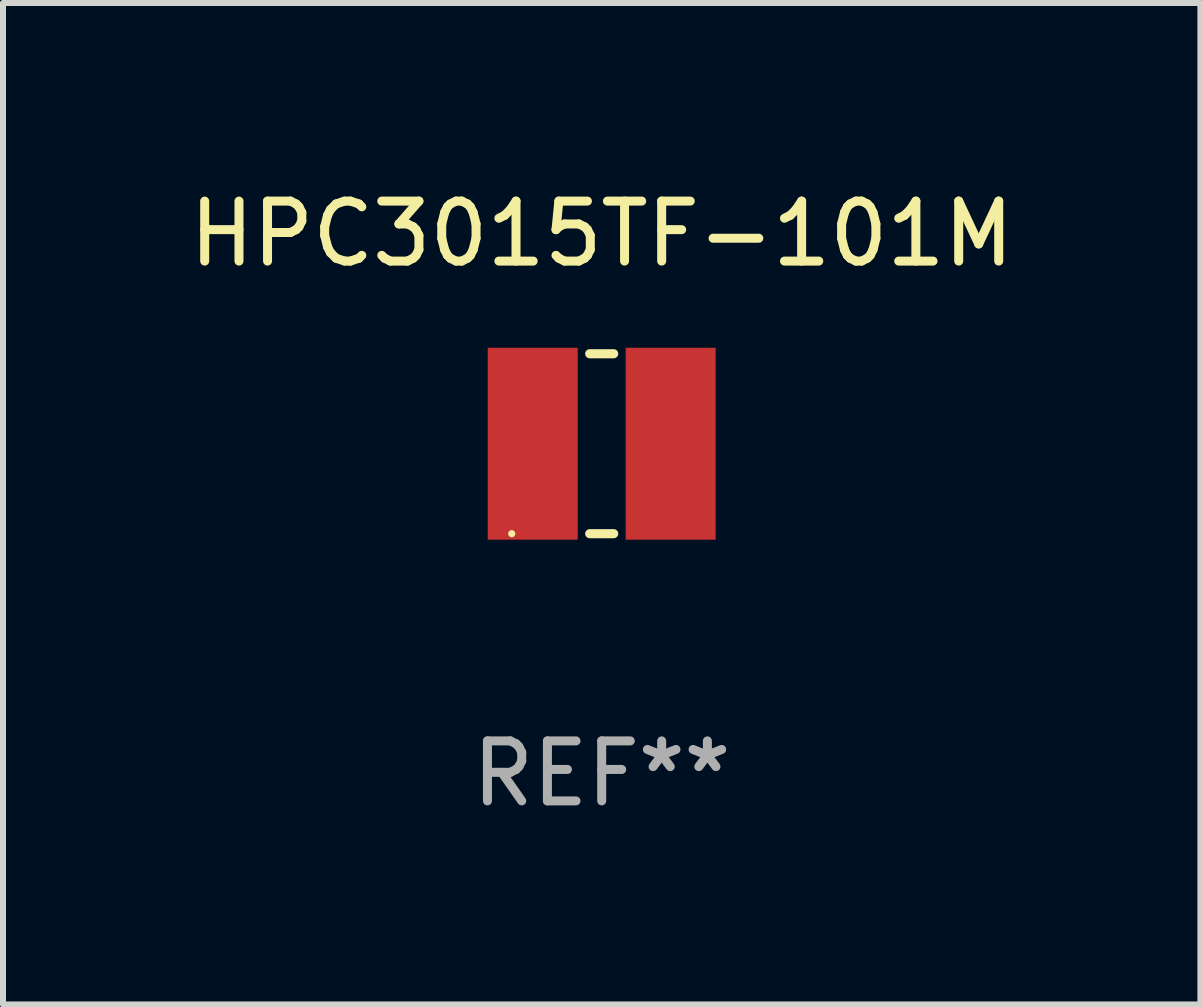
<source format=kicad_pcb>
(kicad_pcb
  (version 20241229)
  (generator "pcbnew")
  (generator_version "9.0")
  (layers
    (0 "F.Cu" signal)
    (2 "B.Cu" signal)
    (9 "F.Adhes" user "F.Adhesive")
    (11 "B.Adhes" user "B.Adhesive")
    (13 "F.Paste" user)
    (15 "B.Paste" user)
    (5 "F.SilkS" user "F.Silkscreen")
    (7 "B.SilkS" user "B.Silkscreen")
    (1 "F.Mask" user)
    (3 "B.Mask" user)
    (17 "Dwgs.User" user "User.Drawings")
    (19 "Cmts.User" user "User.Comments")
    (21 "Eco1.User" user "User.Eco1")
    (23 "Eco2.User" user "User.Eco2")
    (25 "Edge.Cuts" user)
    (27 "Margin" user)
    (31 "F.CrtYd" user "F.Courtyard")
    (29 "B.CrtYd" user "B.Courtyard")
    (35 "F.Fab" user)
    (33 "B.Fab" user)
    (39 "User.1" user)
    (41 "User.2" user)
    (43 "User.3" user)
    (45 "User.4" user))
  (footprint "HPC3015TF-101M"
    (layer "F.Cu")
    (at 6.982 4.348)
    (property "Reference" "HPC3015TF-101M" (at 0 -3.5 0) (layer "F.SilkS") (effects (font (size 1 1) (thickness 0.15))))
    (attr through_hole)
    (fp_line (start -0.2 -1.5) (end 0.2 -1.5) (stroke (width 0.152) (type solid)) (layer "F.SilkS"))
    (fp_line (start 0.2 1.5) (end -0.2 1.5) (stroke (width 0.152) (type solid)) (layer "F.SilkS"))
    (fp_circle (center -1.5 1.5) (end -1.47 1.5) (stroke (width 0.06) (type solid)) (fill no) (layer "F.SilkS"))
    (fp_text user "REF**" (at 0 5.5 0) (layer "F.Fab") (effects (font (size 1 1) (thickness 0.15))))
    (pad "1" smd rect (at -1.15 -0.000025) (size 1.5 3.2) (layers "F.Cu" "F.Mask" "F.Paste"))
    (pad "2" smd rect (at 1.15 -0.000025) (size 1.5 3.2) (layers "F.Cu" "F.Mask" "F.Paste")))
  (gr_rect
    (start -3 -3)
    (end 16.964 13.697)
    (stroke (width 0.1) (type default))
    (fill no)
    (layer "Edge.Cuts")))
</source>
